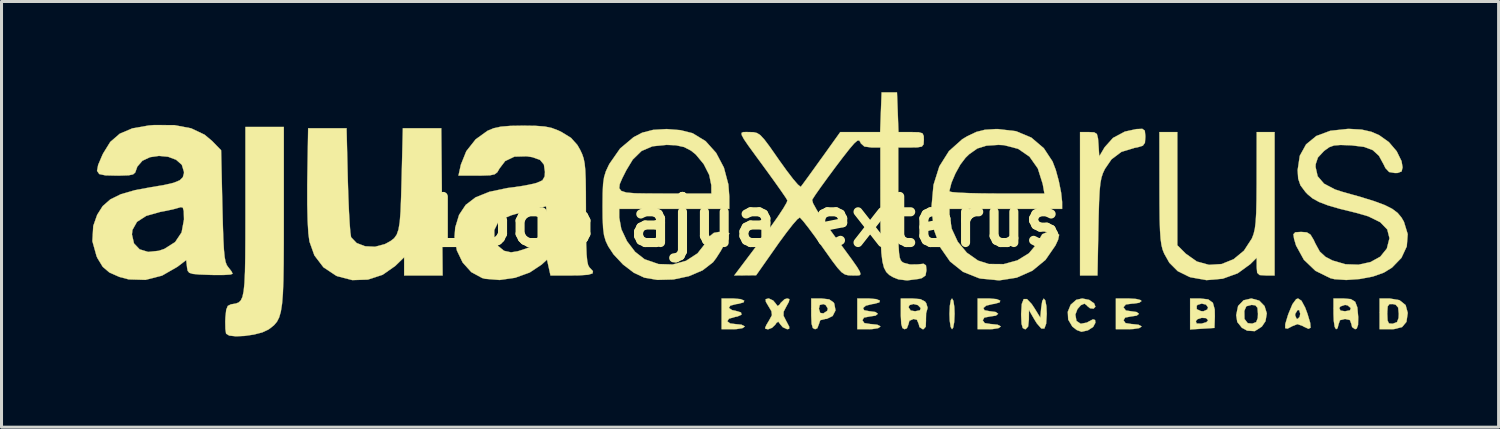
<source format=kicad_pcb>
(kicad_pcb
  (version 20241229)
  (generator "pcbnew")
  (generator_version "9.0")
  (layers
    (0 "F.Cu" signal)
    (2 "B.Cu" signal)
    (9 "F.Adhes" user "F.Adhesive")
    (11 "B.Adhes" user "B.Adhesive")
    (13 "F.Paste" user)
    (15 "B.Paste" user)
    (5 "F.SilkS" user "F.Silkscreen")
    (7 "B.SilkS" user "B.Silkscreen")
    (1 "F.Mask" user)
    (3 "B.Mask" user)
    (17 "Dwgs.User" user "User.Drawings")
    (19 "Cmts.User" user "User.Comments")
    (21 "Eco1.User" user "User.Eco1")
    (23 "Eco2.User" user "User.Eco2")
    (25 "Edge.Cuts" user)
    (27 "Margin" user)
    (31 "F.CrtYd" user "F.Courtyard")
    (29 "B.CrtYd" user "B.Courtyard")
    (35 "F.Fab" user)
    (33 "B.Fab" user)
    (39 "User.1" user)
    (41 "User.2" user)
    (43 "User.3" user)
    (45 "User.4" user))
  (footprint "Logo ajua exterus"
    (layer "F.Cu")
    (at 21.661 4.281)
    (property "Reference" "Logo ajua exterus" (at 0 0 0) (layer "F.SilkS") (effects (font (size 1.524 1.524) (thickness 0.3))))
    (attr through_hole)
    (fp_poly (pts (xy 6.818 2.617) (xy 6.849 2.819) (xy 6.858 3.048) (xy 6.845 3.319) (xy 6.812 3.502) (xy 6.773 3.556) (xy 6.728 3.479) (xy 6.698 3.277) (xy 6.689 3.048) (xy 6.702 2.777) (xy 6.735 2.594) (xy 6.773 2.54) (xy 6.818 2.617)) (stroke (width 0.01) (type solid)) (fill yes) (layer "F.SilkS"))
    (fp_poly (pts (xy -0.218 2.561) (xy -0.099 2.611) (xy -0.121 2.669) (xy -0.294 2.717) (xy -0.36 2.725) (xy -0.559 2.776) (xy -0.607 2.853) (xy -0.5 2.924) (xy -0.384 2.948) (xy -0.206 3.001) (xy -0.188 3.075) (xy -0.326 3.137) (xy -0.396 3.148) (xy -0.603 3.208) (xy -0.659 3.293) (xy -0.565 3.365) (xy -0.388 3.387) (xy -0.189 3.407) (xy -0.088 3.459) (xy -0.085 3.471) (xy -0.16 3.522) (xy -0.352 3.552) (xy -0.466 3.556) (xy -0.847 3.556) (xy -0.847 2.54) (xy -0.466 2.54) (xy -0.218 2.561)) (stroke (width 0.01) (type solid)) (fill yes) (layer "F.SilkS"))
    (fp_poly (pts (xy 9.857 2.604) (xy 9.894 2.793) (xy 9.906 3.048) (xy 9.886 3.373) (xy 9.826 3.535) (xy 9.725 3.532) (xy 9.581 3.367) (xy 9.501 3.239) (xy 9.317 2.921) (xy 9.315 3.239) (xy 9.29 3.467) (xy 9.21 3.554) (xy 9.186 3.556) (xy 9.113 3.517) (xy 9.073 3.379) (xy 9.06 3.109) (xy 9.059 3.048) (xy 9.08 2.722) (xy 9.144 2.559) (xy 9.252 2.559) (xy 9.406 2.721) (xy 9.497 2.857) (xy 9.694 3.175) (xy 9.721 2.857) (xy 9.757 2.623) (xy 9.807 2.543) (xy 9.857 2.604)) (stroke (width 0.01) (type solid)) (fill yes) (layer "F.SilkS"))
    (fp_poly (pts (xy 16.932 2.61) (xy 17.108 2.79) (xy 17.183 3.032) (xy 17.14 3.291) (xy 17.018 3.471) (xy 16.784 3.62) (xy 16.534 3.604) (xy 16.36 3.509) (xy 16.207 3.318) (xy 16.171 3.092) (xy 16.201 2.948) (xy 16.44 2.948) (xy 16.445 3.217) (xy 16.552 3.356) (xy 16.7 3.371) (xy 16.832 3.321) (xy 16.885 3.186) (xy 16.891 3.048) (xy 16.875 2.848) (xy 16.804 2.766) (xy 16.679 2.752) (xy 16.506 2.797) (xy 16.44 2.948) (xy 16.201 2.948) (xy 16.234 2.788) (xy 16.413 2.6) (xy 16.672 2.54) (xy 16.932 2.61)) (stroke (width 0.01) (type solid)) (fill yes) (layer "F.SilkS"))
    (fp_poly (pts (xy 21.571 2.596) (xy 21.774 2.758) (xy 21.844 3.017) (xy 21.801 3.314) (xy 21.656 3.486) (xy 21.389 3.553) (xy 21.291 3.556) (xy 20.913 3.556) (xy 20.913 3.048) (xy 21.167 3.048) (xy 21.177 3.269) (xy 21.223 3.364) (xy 21.331 3.375) (xy 21.357 3.371) (xy 21.489 3.321) (xy 21.541 3.185) (xy 21.548 3.048) (xy 21.527 2.84) (xy 21.445 2.747) (xy 21.357 2.725) (xy 21.236 2.726) (xy 21.181 2.804) (xy 21.167 3.001) (xy 21.167 3.048) (xy 20.913 3.048) (xy 20.913 2.54) (xy 21.245 2.54) (xy 21.571 2.596)) (stroke (width 0.01) (type solid)) (fill yes) (layer "F.SilkS"))
    (fp_poly (pts (xy 2.709 2.569) (xy 2.853 2.668) (xy 2.879 2.709) (xy 2.92 2.932) (xy 2.826 3.118) (xy 2.631 3.214) (xy 2.579 3.217) (xy 2.415 3.258) (xy 2.371 3.387) (xy 2.318 3.525) (xy 2.244 3.556) (xy 2.17 3.517) (xy 2.13 3.379) (xy 2.117 3.109) (xy 2.117 3.048) (xy 2.117 2.879) (xy 2.371 2.879) (xy 2.414 3.018) (xy 2.519 3.032) (xy 2.645 2.948) (xy 2.667 2.879) (xy 2.597 2.759) (xy 2.519 2.725) (xy 2.399 2.755) (xy 2.371 2.879) (xy 2.117 2.879) (xy 2.117 2.54) (xy 2.452 2.54) (xy 2.709 2.569)) (stroke (width 0.01) (type solid)) (fill yes) (layer "F.SilkS"))
    (fp_poly (pts (xy 11.31 2.587) (xy 11.473 2.702) (xy 11.515 2.811) (xy 11.456 2.875) (xy 11.337 2.863) (xy 11.242 2.786) (xy 11.236 2.773) (xy 11.155 2.71) (xy 11.035 2.761) (xy 10.921 2.891) (xy 10.854 3.067) (xy 10.853 3.078) (xy 10.889 3.283) (xy 11.029 3.376) (xy 11.233 3.337) (xy 11.271 3.315) (xy 11.435 3.229) (xy 11.504 3.252) (xy 11.515 3.341) (xy 11.441 3.48) (xy 11.266 3.594) (xy 11.055 3.641) (xy 10.9 3.584) (xy 10.753 3.471) (xy 10.615 3.238) (xy 10.602 2.98) (xy 10.697 2.747) (xy 10.881 2.585) (xy 11.079 2.54) (xy 11.31 2.587)) (stroke (width 0.01) (type solid)) (fill yes) (layer "F.SilkS"))
    (fp_poly (pts (xy 18.33 2.614) (xy 18.452 2.841) (xy 18.529 3.048) (xy 18.618 3.347) (xy 18.631 3.507) (xy 18.561 3.543) (xy 18.402 3.47) (xy 18.372 3.451) (xy 18.198 3.388) (xy 18.035 3.451) (xy 17.869 3.537) (xy 17.791 3.521) (xy 17.794 3.386) (xy 17.875 3.116) (xy 17.882 3.095) (xy 18.119 3.095) (xy 18.166 3.205) (xy 18.203 3.217) (xy 18.271 3.146) (xy 18.288 3.043) (xy 18.255 2.926) (xy 18.203 2.921) (xy 18.125 3.044) (xy 18.119 3.095) (xy 17.882 3.095) (xy 17.898 3.048) (xy 18.033 2.725) (xy 18.154 2.563) (xy 18.217 2.54) (xy 18.33 2.614)) (stroke (width 0.01) (type solid)) (fill yes) (layer "F.SilkS"))
    (fp_poly (pts (xy 4.268 2.561) (xy 4.388 2.611) (xy 4.369 2.669) (xy 4.199 2.717) (xy 4.134 2.725) (xy 3.923 2.777) (xy 3.83 2.856) (xy 3.868 2.929) (xy 4.046 2.963) (xy 4.057 2.963) (xy 4.238 2.987) (xy 4.318 3.045) (xy 4.318 3.048) (xy 4.244 3.107) (xy 4.067 3.133) (xy 4.064 3.133) (xy 3.862 3.171) (xy 3.81 3.26) (xy 3.874 3.354) (xy 4.079 3.386) (xy 4.106 3.387) (xy 4.302 3.408) (xy 4.4 3.46) (xy 4.403 3.471) (xy 4.327 3.522) (xy 4.136 3.552) (xy 4.022 3.556) (xy 3.641 3.556) (xy 3.641 2.54) (xy 4.022 2.54) (xy 4.268 2.561)) (stroke (width 0.01) (type solid)) (fill yes) (layer "F.SilkS"))
    (fp_poly (pts (xy 8.248 2.561) (xy 8.367 2.611) (xy 8.348 2.669) (xy 8.178 2.717) (xy 8.113 2.725) (xy 7.902 2.777) (xy 7.81 2.856) (xy 7.847 2.929) (xy 8.026 2.963) (xy 8.036 2.963) (xy 8.218 2.987) (xy 8.297 3.045) (xy 8.297 3.048) (xy 8.224 3.107) (xy 8.046 3.133) (xy 8.043 3.133) (xy 7.842 3.171) (xy 7.789 3.26) (xy 7.854 3.354) (xy 8.059 3.386) (xy 8.086 3.387) (xy 8.282 3.408) (xy 8.379 3.46) (xy 8.382 3.471) (xy 8.306 3.522) (xy 8.115 3.552) (xy 8.001 3.556) (xy 7.62 3.556) (xy 7.62 2.54) (xy 8.001 2.54) (xy 8.248 2.561)) (stroke (width 0.01) (type solid)) (fill yes) (layer "F.SilkS"))
    (fp_poly (pts (xy 12.857 2.555) (xy 13.01 2.594) (xy 13.039 2.625) (xy 12.964 2.681) (xy 12.781 2.709) (xy 12.742 2.709) (xy 12.523 2.737) (xy 12.447 2.825) (xy 12.446 2.836) (xy 12.522 2.937) (xy 12.7 2.963) (xy 12.878 2.988) (xy 12.954 3.047) (xy 12.954 3.048) (xy 12.88 3.107) (xy 12.703 3.133) (xy 12.7 3.133) (xy 12.498 3.171) (xy 12.446 3.26) (xy 12.51 3.354) (xy 12.715 3.386) (xy 12.742 3.387) (xy 12.938 3.408) (xy 13.036 3.46) (xy 13.039 3.471) (xy 12.963 3.52) (xy 12.768 3.55) (xy 12.615 3.556) (xy 12.192 3.556) (xy 12.192 2.54) (xy 12.615 2.54) (xy 12.857 2.555)) (stroke (width 0.01) (type solid)) (fill yes) (layer "F.SilkS"))
    (fp_poly (pts (xy 13.149 -3.01) (xy 13.166 -2.836) (xy 13.166 -2.796) (xy 13.153 -2.609) (xy 13.084 -2.513) (xy 12.912 -2.46) (xy 12.811 -2.442) (xy 12.373 -2.308) (xy 12.046 -2.061) (xy 11.829 -1.744) (xy 11.764 -1.606) (xy 11.715 -1.457) (xy 11.679 -1.268) (xy 11.654 -1.012) (xy 11.636 -0.661) (xy 11.622 -0.185) (xy 11.614 0.191) (xy 11.583 1.778) (xy 11.007 1.778) (xy 11.007 -2.963) (xy 11.298 -2.963) (xy 11.475 -2.955) (xy 11.564 -2.899) (xy 11.601 -2.752) (xy 11.616 -2.561) (xy 11.642 -2.159) (xy 11.82 -2.461) (xy 12.097 -2.77) (xy 12.489 -2.979) (xy 12.869 -3.062) (xy 13.067 -3.07) (xy 13.149 -3.01)) (stroke (width 0.01) (type solid)) (fill yes) (layer "F.SilkS"))
    (fp_poly (pts (xy 19.963 2.561) (xy 20.106 2.649) (xy 20.178 2.836) (xy 20.206 3.154) (xy 20.201 3.413) (xy 20.156 3.536) (xy 20.102 3.556) (xy 20.004 3.485) (xy 19.981 3.387) (xy 19.932 3.254) (xy 19.77 3.217) (xy 19.604 3.257) (xy 19.558 3.387) (xy 19.523 3.524) (xy 19.473 3.556) (xy 19.428 3.479) (xy 19.398 3.277) (xy 19.389 3.048) (xy 19.389 2.857) (xy 19.579 2.857) (xy 19.621 2.94) (xy 19.77 2.963) (xy 19.935 2.931) (xy 19.96 2.857) (xy 19.857 2.768) (xy 19.77 2.752) (xy 19.621 2.802) (xy 19.579 2.857) (xy 19.389 2.857) (xy 19.389 2.54) (xy 19.722 2.54) (xy 19.963 2.561)) (stroke (width 0.01) (type solid)) (fill yes) (layer "F.SilkS"))
    (fp_poly (pts (xy 15.245 2.57) (xy 15.399 2.681) (xy 15.461 2.903) (xy 15.465 3.133) (xy 15.452 3.514) (xy 15.05 3.539) (xy 14.647 3.565) (xy 14.647 3.287) (xy 14.836 3.287) (xy 14.862 3.367) (xy 15.022 3.372) (xy 15.186 3.324) (xy 15.243 3.26) (xy 15.175 3.189) (xy 15.031 3.18) (xy 14.89 3.225) (xy 14.836 3.287) (xy 14.647 3.287) (xy 14.647 2.782) (xy 14.866 2.782) (xy 14.866 2.894) (xy 15.003 2.957) (xy 15.085 2.963) (xy 15.214 2.906) (xy 15.24 2.836) (xy 15.173 2.742) (xy 15.03 2.709) (xy 14.894 2.751) (xy 14.866 2.782) (xy 14.647 2.782) (xy 14.647 2.54) (xy 14.976 2.54) (xy 15.245 2.57)) (stroke (width 0.01) (type solid)) (fill yes) (layer "F.SilkS"))
    (fp_poly (pts (xy 1.395 2.561) (xy 1.377 2.651) (xy 1.299 2.794) (xy 1.204 2.977) (xy 1.201 3.111) (xy 1.291 3.288) (xy 1.299 3.302) (xy 1.389 3.473) (xy 1.386 3.544) (xy 1.321 3.556) (xy 1.176 3.49) (xy 1.105 3.408) (xy 1.027 3.305) (xy 0.963 3.351) (xy 0.927 3.408) (xy 0.82 3.51) (xy 0.688 3.56) (xy 0.6 3.539) (xy 0.593 3.511) (xy 0.634 3.415) (xy 0.729 3.257) (xy 0.818 3.092) (xy 0.801 2.96) (xy 0.729 2.839) (xy 0.618 2.652) (xy 0.609 2.564) (xy 0.701 2.54) (xy 0.715 2.54) (xy 0.857 2.606) (xy 0.927 2.688) (xy 1.005 2.791) (xy 1.069 2.745) (xy 1.105 2.688) (xy 1.235 2.565) (xy 1.321 2.54) (xy 1.395 2.561)) (stroke (width 0.01) (type solid)) (fill yes) (layer "F.SilkS"))
    (fp_poly (pts (xy 5.728 2.562) (xy 5.879 2.64) (xy 5.921 2.698) (xy 5.966 2.849) (xy 5.949 2.913) (xy 5.916 3.028) (xy 5.911 3.235) (xy 5.912 3.263) (xy 5.904 3.473) (xy 5.833 3.553) (xy 5.802 3.556) (xy 5.696 3.485) (xy 5.673 3.387) (xy 5.613 3.245) (xy 5.503 3.217) (xy 5.362 3.277) (xy 5.334 3.387) (xy 5.281 3.525) (xy 5.207 3.556) (xy 5.133 3.517) (xy 5.094 3.379) (xy 5.08 3.109) (xy 5.08 3.048) (xy 5.08 2.83) (xy 5.334 2.83) (xy 5.407 2.938) (xy 5.553 2.963) (xy 5.713 2.93) (xy 5.737 2.857) (xy 5.642 2.758) (xy 5.495 2.722) (xy 5.37 2.757) (xy 5.334 2.83) (xy 5.08 2.83) (xy 5.08 2.54) (xy 5.458 2.54) (xy 5.728 2.562)) (stroke (width 0.01) (type solid)) (fill yes) (layer "F.SilkS"))
    (fp_poly (pts (xy -15.325 -0.148) (xy -15.326 0.695) (xy -15.33 1.387) (xy -15.339 1.943) (xy -15.356 2.382) (xy -15.384 2.721) (xy -15.424 2.976) (xy -15.479 3.166) (xy -15.551 3.307) (xy -15.643 3.416) (xy -15.757 3.511) (xy -15.833 3.566) (xy -16.036 3.661) (xy -16.315 3.733) (xy -16.622 3.778) (xy -16.91 3.791) (xy -17.13 3.767) (xy -17.234 3.703) (xy -17.257 3.547) (xy -17.262 3.297) (xy -17.256 3.164) (xy -17.23 2.914) (xy -17.178 2.786) (xy -17.074 2.734) (xy -17.018 2.725) (xy -16.907 2.706) (xy -16.817 2.671) (xy -16.746 2.602) (xy -16.692 2.483) (xy -16.653 2.298) (xy -16.626 2.029) (xy -16.609 1.66) (xy -16.6 1.175) (xy -16.596 0.556) (xy -16.595 -0.212) (xy -16.595 -0.355) (xy -16.595 -3.133) (xy -15.325 -3.133) (xy -15.325 -0.148)) (stroke (width 0.01) (type solid)) (fill yes) (layer "F.SilkS"))
    (fp_poly (pts (xy -13.208 -1.355) (xy -13.191 -0.822) (xy -13.171 -0.343) (xy -13.148 0.057) (xy -13.125 0.349) (xy -13.102 0.505) (xy -13.097 0.518) (xy -12.917 0.706) (xy -12.637 0.813) (xy -12.309 0.829) (xy -11.986 0.743) (xy -11.949 0.725) (xy -11.795 0.64) (xy -11.678 0.55) (xy -11.592 0.43) (xy -11.532 0.258) (xy -11.491 0.009) (xy -11.464 -0.339) (xy -11.446 -0.811) (xy -11.43 -1.389) (xy -11.388 -3.09) (xy -10.118 -3.09) (xy -10.095 -0.656) (xy -10.073 1.778) (xy -11.345 1.778) (xy -11.345 1.177) (xy -11.64 1.464) (xy -12.057 1.756) (xy -12.544 1.915) (xy -13.06 1.932) (xy -13.561 1.802) (xy -13.593 1.788) (xy -14.014 1.509) (xy -14.314 1.115) (xy -14.477 0.657) (xy -14.513 0.386) (xy -14.537 -0.03) (xy -14.55 -0.569) (xy -14.55 -1.207) (xy -14.547 -1.439) (xy -14.52 -3.09) (xy -13.25 -3.09) (xy -13.208 -1.355)) (stroke (width 0.01) (type solid)) (fill yes) (layer "F.SilkS"))
    (fp_poly (pts (xy 14.224 0.779) (xy 14.505 1.06) (xy 14.869 1.317) (xy 15.274 1.428) (xy 15.689 1.401) (xy 16.084 1.242) (xy 16.427 0.959) (xy 16.688 0.558) (xy 16.69 0.554) (xy 16.746 0.408) (xy 16.787 0.237) (xy 16.815 0.011) (xy 16.833 -0.295) (xy 16.843 -0.71) (xy 16.847 -1.262) (xy 16.847 -1.376) (xy 16.849 -2.963) (xy 17.441 -2.963) (xy 17.441 1.778) (xy 17.145 1.778) (xy 16.946 1.765) (xy 16.865 1.691) (xy 16.849 1.506) (xy 16.849 1.486) (xy 16.849 1.193) (xy 16.636 1.405) (xy 16.221 1.707) (xy 15.725 1.886) (xy 15.19 1.933) (xy 14.663 1.839) (xy 14.621 1.825) (xy 14.235 1.634) (xy 13.959 1.357) (xy 13.791 1.058) (xy 13.738 0.926) (xy 13.699 0.77) (xy 13.671 0.567) (xy 13.652 0.29) (xy 13.64 -0.084) (xy 13.635 -0.582) (xy 13.633 -1.122) (xy 13.631 -2.963) (xy 14.224 -2.963) (xy 14.224 0.779)) (stroke (width 0.01) (type solid)) (fill yes) (layer "F.SilkS"))
    (fp_poly (pts (xy 8.89 -2.992) (xy 9.397 -2.78) (xy 9.809 -2.429) (xy 10.098 -1.99) (xy 10.204 -1.712) (xy 10.304 -1.345) (xy 10.38 -0.966) (xy 10.414 -0.656) (xy 10.414 -0.631) (xy 10.414 -0.423) (xy 6.689 -0.423) (xy 6.689 -0.233) (xy 6.763 0.232) (xy 6.963 0.664) (xy 7.263 1.026) (xy 7.634 1.286) (xy 7.99 1.4) (xy 8.48 1.404) (xy 8.934 1.28) (xy 9.316 1.045) (xy 9.592 0.716) (xy 9.651 0.594) (xy 9.758 0.413) (xy 9.917 0.345) (xy 10.043 0.339) (xy 10.24 0.358) (xy 10.316 0.435) (xy 10.28 0.6) (xy 10.193 0.787) (xy 9.864 1.264) (xy 9.429 1.622) (xy 8.911 1.851) (xy 8.334 1.941) (xy 7.721 1.882) (xy 7.662 1.868) (xy 7.137 1.659) (xy 6.71 1.319) (xy 6.39 0.859) (xy 6.183 0.29) (xy 6.098 -0.377) (xy 6.096 -0.502) (xy 6.141 -1.001) (xy 6.689 -1.001) (xy 6.769 -0.979) (xy 6.992 -0.96) (xy 7.332 -0.945) (xy 7.763 -0.935) (xy 8.257 -0.931) (xy 8.259 -0.931) (xy 9.829 -0.931) (xy 9.772 -1.249) (xy 9.61 -1.761) (xy 9.336 -2.15) (xy 8.96 -2.409) (xy 8.49 -2.531) (xy 8.308 -2.54) (xy 7.91 -2.514) (xy 7.61 -2.421) (xy 7.344 -2.234) (xy 7.22 -2.114) (xy 7.049 -1.89) (xy 6.884 -1.592) (xy 6.754 -1.286) (xy 6.691 -1.037) (xy 6.689 -1.001) (xy 6.141 -1.001) (xy 6.161 -1.217) (xy 6.354 -1.829) (xy 6.672 -2.334) (xy 7.111 -2.726) (xy 7.281 -2.828) (xy 7.577 -2.968) (xy 7.857 -3.039) (xy 8.207 -3.062) (xy 8.29 -3.063) (xy 8.89 -2.992)) (stroke (width 0.01) (type solid)) (fill yes) (layer "F.SilkS"))
    (fp_poly (pts (xy -2.212 -3.027) (xy -1.819 -2.929) (xy -1.797 -2.92) (xy -1.376 -2.663) (xy -1.028 -2.275) (xy -0.771 -1.788) (xy -0.623 -1.231) (xy -0.593 -0.831) (xy -0.593 -0.423) (xy -4.233 -0.423) (xy -4.233 -0.137) (xy -4.163 0.247) (xy -3.976 0.645) (xy -3.709 0.996) (xy -3.397 1.24) (xy -3.393 1.243) (xy -2.933 1.402) (xy -2.465 1.416) (xy -2.024 1.295) (xy -1.644 1.048) (xy -1.369 0.699) (xy -1.232 0.476) (xy -1.104 0.37) (xy -0.932 0.339) (xy -0.883 0.339) (xy -0.689 0.35) (xy -0.595 0.379) (xy -0.593 0.384) (xy -0.635 0.514) (xy -0.742 0.73) (xy -0.882 0.978) (xy -1.027 1.205) (xy -1.131 1.342) (xy -1.476 1.609) (xy -1.929 1.802) (xy -2.443 1.911) (xy -2.971 1.925) (xy -3.4 1.852) (xy -3.748 1.69) (xy -4.106 1.417) (xy -4.421 1.081) (xy -4.596 0.816) (xy -4.68 0.638) (xy -4.735 0.45) (xy -4.766 0.212) (xy -4.781 -0.119) (xy -4.784 -0.508) (xy -4.78 -0.941) (xy -4.773 -1.105) (xy -4.232 -1.105) (xy -4.163 -1.015) (xy -3.994 -0.963) (xy -3.706 -0.939) (xy -3.283 -0.932) (xy -2.709 -0.931) (xy -1.185 -0.931) (xy -1.187 -1.206) (xy -1.257 -1.547) (xy -1.439 -1.905) (xy -1.697 -2.218) (xy -1.855 -2.347) (xy -2.087 -2.468) (xy -2.358 -2.527) (xy -2.667 -2.54) (xy -3.133 -2.493) (xy -3.495 -2.338) (xy -3.786 -2.053) (xy -4 -1.699) (xy -4.133 -1.436) (xy -4.216 -1.242) (xy -4.232 -1.105) (xy -4.773 -1.105) (xy -4.766 -1.249) (xy -4.733 -1.475) (xy -4.675 -1.664) (xy -4.585 -1.858) (xy -4.555 -1.915) (xy -4.204 -2.419) (xy -3.757 -2.795) (xy -3.471 -2.944) (xy -3.111 -3.036) (xy -2.666 -3.063) (xy -2.212 -3.027)) (stroke (width 0.01) (type solid)) (fill yes) (layer "F.SilkS"))
    (fp_poly (pts (xy 20.321 -3.045) (xy 20.642 -2.972) (xy 20.898 -2.861) (xy 21.22 -2.632) (xy 21.479 -2.329) (xy 21.639 -2.003) (xy 21.673 -1.799) (xy 21.642 -1.662) (xy 21.513 -1.612) (xy 21.422 -1.609) (xy 21.229 -1.642) (xy 21.105 -1.774) (xy 21.052 -1.884) (xy 20.893 -2.177) (xy 20.688 -2.366) (xy 20.399 -2.474) (xy 19.985 -2.524) (xy 19.948 -2.526) (xy 19.62 -2.537) (xy 19.406 -2.52) (xy 19.25 -2.464) (xy 19.099 -2.356) (xy 19.067 -2.329) (xy 18.874 -2.123) (xy 18.8 -1.903) (xy 18.796 -1.809) (xy 18.865 -1.502) (xy 19.077 -1.256) (xy 19.441 -1.065) (xy 19.692 -0.984) (xy 20.291 -0.816) (xy 20.748 -0.674) (xy 21.088 -0.547) (xy 21.333 -0.423) (xy 21.507 -0.292) (xy 21.634 -0.141) (xy 21.718 0.002) (xy 21.843 0.411) (xy 21.812 0.818) (xy 21.635 1.197) (xy 21.323 1.519) (xy 21.055 1.684) (xy 20.694 1.813) (xy 20.257 1.896) (xy 19.81 1.928) (xy 19.421 1.901) (xy 19.284 1.868) (xy 18.793 1.626) (xy 18.409 1.259) (xy 18.151 0.789) (xy 18.086 0.572) (xy 18.063 0.416) (xy 18.123 0.351) (xy 18.308 0.339) (xy 18.325 0.339) (xy 18.509 0.354) (xy 18.629 0.429) (xy 18.734 0.603) (xy 18.789 0.723) (xy 18.935 0.988) (xy 19.123 1.162) (xy 19.357 1.284) (xy 19.784 1.408) (xy 20.215 1.422) (xy 20.612 1.336) (xy 20.936 1.157) (xy 21.149 0.894) (xy 21.154 0.884) (xy 21.24 0.546) (xy 21.167 0.258) (xy 20.934 0.017) (xy 20.539 -0.177) (xy 20.15 -0.29) (xy 19.611 -0.422) (xy 19.209 -0.538) (xy 18.915 -0.65) (xy 18.698 -0.769) (xy 18.53 -0.909) (xy 18.461 -0.982) (xy 18.296 -1.203) (xy 18.221 -1.423) (xy 18.203 -1.707) (xy 18.274 -2.179) (xy 18.482 -2.556) (xy 18.821 -2.834) (xy 19.284 -3.006) (xy 19.863 -3.068) (xy 19.912 -3.068) (xy 20.321 -3.045)) (stroke (width 0.01) (type solid)) (fill yes) (layer "F.SilkS"))
    (fp_poly (pts (xy -18.94 -3.192) (xy -18.389 -3.087) (xy -17.946 -2.877) (xy -17.694 -2.666) (xy -17.399 -2.362) (xy -17.357 -0.512) (xy -17.341 0.106) (xy -17.325 0.577) (xy -17.306 0.923) (xy -17.282 1.167) (xy -17.251 1.331) (xy -17.211 1.437) (xy -17.166 1.501) (xy -17.054 1.645) (xy -17.018 1.724) (xy -17.096 1.749) (xy -17.305 1.762) (xy -17.607 1.764) (xy -17.759 1.76) (xy -18.114 1.747) (xy -18.333 1.727) (xy -18.452 1.69) (xy -18.505 1.624) (xy -18.525 1.517) (xy -18.526 1.503) (xy -18.553 1.27) (xy -18.844 1.492) (xy -19.353 1.784) (xy -19.9 1.924) (xy -20.455 1.908) (xy -20.765 1.826) (xy -21.094 1.68) (xy -21.314 1.492) (xy -21.487 1.208) (xy -21.517 1.143) (xy -21.656 0.645) (xy -21.643 0.423) (xy -20.348 0.423) (xy -20.28 0.719) (xy -20.093 0.915) (xy -19.811 1) (xy -19.459 0.963) (xy -19.273 0.899) (xy -18.92 0.675) (xy -18.705 0.354) (xy -18.627 -0.067) (xy -18.627 -0.105) (xy -18.634 -0.353) (xy -18.666 -0.466) (xy -18.736 -0.481) (xy -18.775 -0.468) (xy -18.937 -0.422) (xy -19.2 -0.363) (xy -19.417 -0.322) (xy -19.876 -0.192) (xy -20.181 0.006) (xy -20.331 0.272) (xy -20.348 0.423) (xy -21.643 0.423) (xy -21.627 0.141) (xy -21.497 -0.228) (xy -21.315 -0.515) (xy -21.062 -0.737) (xy -20.714 -0.908) (xy -20.244 -1.043) (xy -19.734 -1.137) (xy -19.277 -1.214) (xy -18.964 -1.287) (xy -18.768 -1.368) (xy -18.665 -1.468) (xy -18.628 -1.599) (xy -18.627 -1.648) (xy -18.698 -1.881) (xy -18.887 -2.048) (xy -19.152 -2.147) (xy -19.453 -2.176) (xy -19.75 -2.133) (xy -20.002 -2.015) (xy -20.17 -1.821) (xy -20.201 -1.734) (xy -20.239 -1.626) (xy -20.31 -1.564) (xy -20.454 -1.534) (xy -20.71 -1.525) (xy -20.88 -1.524) (xy -21.226 -1.532) (xy -21.428 -1.575) (xy -21.502 -1.681) (xy -21.465 -1.877) (xy -21.331 -2.192) (xy -21.3 -2.257) (xy -21.065 -2.637) (xy -20.751 -2.909) (xy -20.334 -3.086) (xy -19.791 -3.181) (xy -19.615 -3.195) (xy -18.94 -3.192)) (stroke (width 0.01) (type solid)) (fill yes) (layer "F.SilkS"))
    (fp_poly (pts (xy -6.992 -3.169) (xy -6.695 -3.147) (xy -6.464 -3.099) (xy -6.249 -3.017) (xy -6.138 -2.963) (xy -5.828 -2.772) (xy -5.619 -2.539) (xy -5.524 -2.374) (xy -5.459 -2.235) (xy -5.411 -2.095) (xy -5.377 -1.928) (xy -5.355 -1.705) (xy -5.342 -1.4) (xy -5.336 -0.986) (xy -5.334 -0.435) (xy -5.334 -0.289) (xy -5.332 0.309) (xy -5.325 0.759) (xy -5.312 1.082) (xy -5.291 1.301) (xy -5.261 1.437) (xy -5.219 1.512) (xy -5.207 1.524) (xy -5.102 1.636) (xy -5.115 1.711) (xy -5.261 1.755) (xy -5.554 1.775) (xy -5.793 1.778) (xy -6.506 1.778) (xy -6.563 1.517) (xy -6.621 1.256) (xy -6.803 1.422) (xy -7.194 1.681) (xy -7.677 1.855) (xy -8.188 1.928) (xy -8.667 1.889) (xy -8.765 1.863) (xy -9.125 1.668) (xy -9.411 1.35) (xy -9.603 0.949) (xy -9.68 0.503) (xy -9.662 0.274) (xy -8.364 0.274) (xy -8.362 0.549) (xy -8.249 0.794) (xy -8.043 0.963) (xy -7.811 1.014) (xy -7.586 0.978) (xy -7.311 0.889) (xy -7.228 0.854) (xy -6.999 0.732) (xy -6.838 0.616) (xy -6.807 0.58) (xy -6.772 0.467) (xy -6.731 0.256) (xy -6.691 0.000226) (xy -6.66 -0.248) (xy -6.644 -0.435) (xy -6.653 -0.508) (xy -6.735 -0.489) (xy -6.943 -0.44) (xy -7.239 -0.368) (xy -7.376 -0.335) (xy -7.811 -0.209) (xy -8.11 -0.08) (xy -8.234 0.013) (xy -8.364 0.274) (xy -9.662 0.274) (xy -9.657 0.196) (xy -9.529 -0.225) (xy -9.31 -0.555) (xy -8.983 -0.805) (xy -8.53 -0.987) (xy -7.935 -1.112) (xy -7.705 -1.142) (xy -7.383 -1.19) (xy -7.083 -1.251) (xy -6.964 -1.282) (xy -6.773 -1.366) (xy -6.698 -1.498) (xy -6.689 -1.647) (xy -6.724 -1.89) (xy -6.852 -2.043) (xy -7.1 -2.132) (xy -7.29 -2.162) (xy -7.698 -2.151) (xy -8.005 -2.005) (xy -8.196 -1.754) (xy -8.263 -1.636) (xy -8.352 -1.567) (xy -8.505 -1.534) (xy -8.764 -1.525) (xy -8.928 -1.524) (xy -9.549 -1.524) (xy -9.47 -1.884) (xy -9.29 -2.331) (xy -8.981 -2.723) (xy -8.588 -3.006) (xy -8.386 -3.09) (xy -8.15 -3.142) (xy -7.836 -3.168) (xy -7.408 -3.175) (xy -6.992 -3.169)) (stroke (width 0.01) (type solid)) (fill yes) (layer "F.SilkS"))
    (fp_poly (pts (xy 4.978 -3.619) (xy 5.002 -2.963) (xy 5.422 -2.963) (xy 5.671 -2.958) (xy 5.795 -2.923) (xy 5.838 -2.833) (xy 5.842 -2.709) (xy 5.833 -2.559) (xy 5.776 -2.484) (xy 5.628 -2.458) (xy 5.419 -2.455) (xy 4.995 -2.455) (xy 4.995 -0.596) (xy 4.996 0.011) (xy 4.999 0.471) (xy 5.006 0.805) (xy 5.021 1.036) (xy 5.043 1.185) (xy 5.076 1.275) (xy 5.122 1.328) (xy 5.176 1.361) (xy 5.386 1.416) (xy 5.639 1.412) (xy 5.642 1.412) (xy 5.834 1.392) (xy 5.912 1.445) (xy 5.927 1.603) (xy 5.927 1.603) (xy 5.897 1.779) (xy 5.776 1.866) (xy 5.662 1.894) (xy 5.289 1.942) (xy 5.001 1.908) (xy 4.828 1.839) (xy 4.699 1.762) (xy 4.599 1.664) (xy 4.524 1.524) (xy 4.472 1.32) (xy 4.437 1.032) (xy 4.416 0.639) (xy 4.407 0.119) (xy 4.404 -0.548) (xy 4.404 -0.572) (xy 4.403 -2.455) (xy 4.104 -2.455) (xy 3.875 -2.485) (xy 3.758 -2.59) (xy 3.739 -2.633) (xy 3.702 -2.687) (xy 3.64 -2.678) (xy 3.538 -2.589) (xy 3.38 -2.405) (xy 3.15 -2.111) (xy 2.933 -1.825) (xy 2.666 -1.465) (xy 2.435 -1.147) (xy 2.26 -0.898) (xy 2.161 -0.745) (xy 2.147 -0.718) (xy 2.178 -0.607) (xy 2.302 -0.383) (xy 2.504 -0.069) (xy 2.772 0.315) (xy 2.896 0.485) (xy 3.23 0.938) (xy 3.474 1.271) (xy 3.636 1.503) (xy 3.724 1.652) (xy 3.747 1.736) (xy 3.713 1.772) (xy 3.63 1.78) (xy 3.507 1.778) (xy 3.483 1.778) (xy 3.346 1.774) (xy 3.233 1.746) (xy 3.123 1.673) (xy 2.993 1.533) (xy 2.819 1.305) (xy 2.578 0.966) (xy 2.483 0.832) (xy 2.235 0.484) (xy 2.016 0.19) (xy 1.847 -0.024) (xy 1.748 -0.131) (xy 1.736 -0.138) (xy 1.659 -0.081) (xy 1.507 0.092) (xy 1.3 0.357) (xy 1.057 0.687) (xy 0.974 0.805) (xy 0.296 1.771) (xy -0.066 1.775) (xy -0.428 1.778) (xy 0.47 0.587) (xy 0.759 0.195) (xy 1.005 -0.153) (xy 1.192 -0.436) (xy 1.304 -0.629) (xy 1.329 -0.704) (xy 1.267 -0.806) (xy 1.123 -1.016) (xy 0.917 -1.307) (xy 0.668 -1.652) (xy 0.576 -1.778) (xy 0.26 -2.209) (xy 0.033 -2.521) (xy -0.112 -2.734) (xy -0.182 -2.865) (xy -0.188 -2.935) (xy -0.135 -2.962) (xy -0.033 -2.965) (xy 0.074 -2.963) (xy 0.213 -2.959) (xy 0.326 -2.931) (xy 0.436 -2.859) (xy 0.565 -2.719) (xy 0.738 -2.49) (xy 0.976 -2.15) (xy 1.063 -2.025) (xy 1.305 -1.688) (xy 1.515 -1.414) (xy 1.674 -1.229) (xy 1.764 -1.155) (xy 1.774 -1.157) (xy 1.844 -1.25) (xy 1.991 -1.451) (xy 2.195 -1.733) (xy 2.434 -2.066) (xy 2.456 -2.095) (xy 3.077 -2.963) (xy 3.736 -2.963) (xy 4.396 -2.963) (xy 4.42 -3.619) (xy 4.445 -4.276) (xy 4.953 -4.276) (xy 4.978 -3.619)) (stroke (width 0.01) (type solid)) (fill yes) (layer "F.SilkS")))
  (gr_rect
    (start -3 -3)
    (end 46.51 11.077)
    (stroke (width 0.1) (type default))
    (fill no)
    (layer "Edge.Cuts")))
</source>
